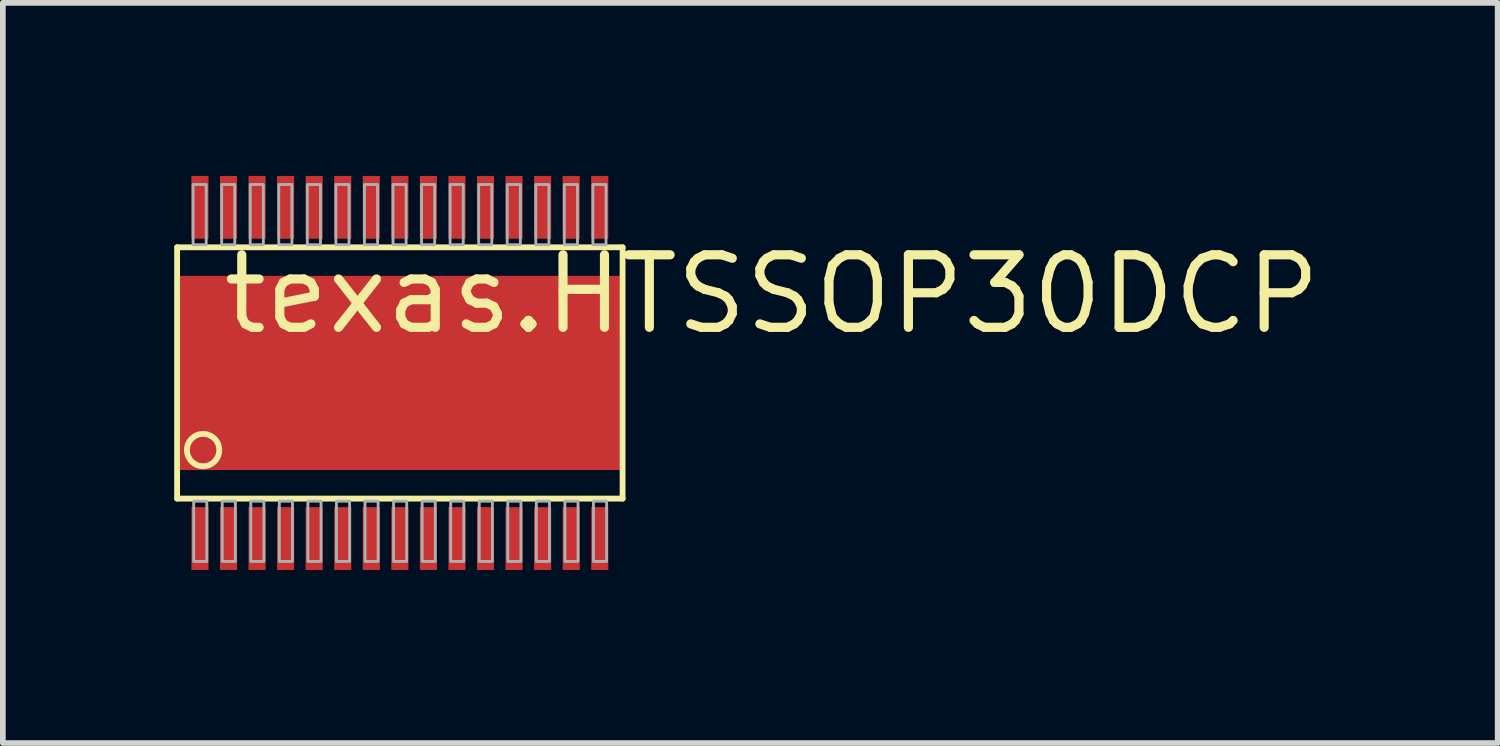
<source format=kicad_pcb>
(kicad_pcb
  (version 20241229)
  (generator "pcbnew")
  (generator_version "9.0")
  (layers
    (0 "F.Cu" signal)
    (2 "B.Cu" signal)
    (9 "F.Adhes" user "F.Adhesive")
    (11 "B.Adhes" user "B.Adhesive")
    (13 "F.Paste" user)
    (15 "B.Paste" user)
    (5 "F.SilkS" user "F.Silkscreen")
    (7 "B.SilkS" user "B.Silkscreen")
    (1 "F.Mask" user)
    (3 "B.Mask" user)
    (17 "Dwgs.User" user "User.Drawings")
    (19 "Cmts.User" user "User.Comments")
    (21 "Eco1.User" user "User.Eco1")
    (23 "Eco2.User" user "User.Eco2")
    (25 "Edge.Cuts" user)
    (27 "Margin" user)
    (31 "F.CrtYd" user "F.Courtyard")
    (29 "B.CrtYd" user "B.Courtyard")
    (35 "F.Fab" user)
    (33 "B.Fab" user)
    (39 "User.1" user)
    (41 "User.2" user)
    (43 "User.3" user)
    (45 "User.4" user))
  (footprint "texas.HTSSOP30DCP"
    (layer "F.Cu")
    (at 3.951 3.48)
    (property "Reference" "texas.HTSSOP30DCP" (at -3.175 -0.635 0) (layer "F.SilkS") (effects (font (size 1.27 1.27) (thickness 0.16)) (justify left bottom)))
    (attr smd)
    (fp_rect (start -3.895 1.7) (end 3.895 -1.7) (stroke (width 0.05) (type default)) (fill yes) (layer "F.Mask"))
    (fp_rect (start -3.655 -2.345) (end -3.345 -3.455) (stroke (width 0.05) (type default)) (fill yes) (layer "F.Mask"))
    (fp_rect (start -3.655 3.455) (end -3.345 2.345) (stroke (width 0.05) (type default)) (fill yes) (layer "F.Mask"))
    (fp_rect (start -3.155 -2.345) (end -2.845 -3.455) (stroke (width 0.05) (type default)) (fill yes) (layer "F.Mask"))
    (fp_rect (start -3.155 3.455) (end -2.845 2.345) (stroke (width 0.05) (type default)) (fill yes) (layer "F.Mask"))
    (fp_rect (start -2.655 -2.345) (end -2.345 -3.455) (stroke (width 0.05) (type default)) (fill yes) (layer "F.Mask"))
    (fp_rect (start -2.655 3.455) (end -2.345 2.345) (stroke (width 0.05) (type default)) (fill yes) (layer "F.Mask"))
    (fp_rect (start -2.155 -2.345) (end -1.845 -3.455) (stroke (width 0.05) (type default)) (fill yes) (layer "F.Mask"))
    (fp_rect (start -2.155 3.455) (end -1.845 2.345) (stroke (width 0.05) (type default)) (fill yes) (layer "F.Mask"))
    (fp_rect (start -1.655 -2.345) (end -1.345 -3.455) (stroke (width 0.05) (type default)) (fill yes) (layer "F.Mask"))
    (fp_rect (start -1.655 3.455) (end -1.345 2.345) (stroke (width 0.05) (type default)) (fill yes) (layer "F.Mask"))
    (fp_rect (start -1.155 -2.345) (end -0.845 -3.455) (stroke (width 0.05) (type default)) (fill yes) (layer "F.Mask"))
    (fp_rect (start -1.155 3.455) (end -0.845 2.345) (stroke (width 0.05) (type default)) (fill yes) (layer "F.Mask"))
    (fp_rect (start -0.655 -2.345) (end -0.345 -3.455) (stroke (width 0.05) (type default)) (fill yes) (layer "F.Mask"))
    (fp_rect (start -0.655 3.455) (end -0.345 2.345) (stroke (width 0.05) (type default)) (fill yes) (layer "F.Mask"))
    (fp_rect (start -0.155 -2.345) (end 0.155 -3.455) (stroke (width 0.05) (type default)) (fill yes) (layer "F.Mask"))
    (fp_rect (start -0.155 3.455) (end 0.155 2.345) (stroke (width 0.05) (type default)) (fill yes) (layer "F.Mask"))
    (fp_rect (start 0.345 -2.345) (end 0.655 -3.455) (stroke (width 0.05) (type default)) (fill yes) (layer "F.Mask"))
    (fp_rect (start 0.345 3.455) (end 0.655 2.345) (stroke (width 0.05) (type default)) (fill yes) (layer "F.Mask"))
    (fp_rect (start 0.845 -2.345) (end 1.155 -3.455) (stroke (width 0.05) (type default)) (fill yes) (layer "F.Mask"))
    (fp_rect (start 0.845 3.455) (end 1.155 2.345) (stroke (width 0.05) (type default)) (fill yes) (layer "F.Mask"))
    (fp_rect (start 1.345 -2.345) (end 1.655 -3.455) (stroke (width 0.05) (type default)) (fill yes) (layer "F.Mask"))
    (fp_rect (start 1.345 3.455) (end 1.655 2.345) (stroke (width 0.05) (type default)) (fill yes) (layer "F.Mask"))
    (fp_rect (start 1.845 -2.345) (end 2.155 -3.455) (stroke (width 0.05) (type default)) (fill yes) (layer "F.Mask"))
    (fp_rect (start 1.845 3.455) (end 2.155 2.345) (stroke (width 0.05) (type default)) (fill yes) (layer "F.Mask"))
    (fp_rect (start 2.345 -2.345) (end 2.655 -3.455) (stroke (width 0.05) (type default)) (fill yes) (layer "F.Mask"))
    (fp_rect (start 2.345 3.455) (end 2.655 2.345) (stroke (width 0.05) (type default)) (fill yes) (layer "F.Mask"))
    (fp_rect (start 2.845 -2.345) (end 3.155 -3.455) (stroke (width 0.05) (type default)) (fill yes) (layer "F.Mask"))
    (fp_rect (start 2.845 3.455) (end 3.155 2.345) (stroke (width 0.05) (type default)) (fill yes) (layer "F.Mask"))
    (fp_rect (start 3.345 -2.345) (end 3.655 -3.455) (stroke (width 0.05) (type default)) (fill yes) (layer "F.Mask"))
    (fp_rect (start 3.345 3.455) (end 3.655 2.345) (stroke (width 0.05) (type default)) (fill yes) (layer "F.Mask"))
    (fp_line (start -3.9 -2.2) (end 3.9 -2.2) (stroke (width 0.102) (type default)) (layer "F.SilkS"))
    (fp_line (start -3.9 2.2) (end -3.9 -2.2) (stroke (width 0.102) (type default)) (layer "F.SilkS"))
    (fp_line (start 3.9 -2.2) (end 3.9 2.2) (stroke (width 0.102) (type default)) (layer "F.SilkS"))
    (fp_line (start 3.9 2.2) (end -3.9 2.2) (stroke (width 0.102) (type default)) (layer "F.SilkS"))
    (fp_circle (center -3.445 1.35) (end -3.162 1.35) (stroke (width 0.102) (type default)) (fill no) (layer "F.SilkS"))
    (fp_rect (start -3.64 -2.365) (end -3.36 -3.435) (stroke (width 0.05) (type default)) (fill yes) (layer "F.Paste"))
    (fp_rect (start -3.64 3.435) (end -3.36 2.365) (stroke (width 0.05) (type default)) (fill yes) (layer "F.Paste"))
    (fp_rect (start -3.14 -2.365) (end -2.86 -3.435) (stroke (width 0.05) (type default)) (fill yes) (layer "F.Paste"))
    (fp_rect (start -3.14 3.435) (end -2.86 2.365) (stroke (width 0.05) (type default)) (fill yes) (layer "F.Paste"))
    (fp_rect (start -2.64 -2.365) (end -2.36 -3.435) (stroke (width 0.05) (type default)) (fill yes) (layer "F.Paste"))
    (fp_rect (start -2.64 3.435) (end -2.36 2.365) (stroke (width 0.05) (type default)) (fill yes) (layer "F.Paste"))
    (fp_rect (start -2.14 -2.365) (end -1.86 -3.435) (stroke (width 0.05) (type default)) (fill yes) (layer "F.Paste"))
    (fp_rect (start -2.14 3.435) (end -1.86 2.365) (stroke (width 0.05) (type default)) (fill yes) (layer "F.Paste"))
    (fp_rect (start -1.64 -2.365) (end -1.36 -3.435) (stroke (width 0.05) (type default)) (fill yes) (layer "F.Paste"))
    (fp_rect (start -1.64 3.435) (end -1.36 2.365) (stroke (width 0.05) (type default)) (fill yes) (layer "F.Paste"))
    (fp_rect (start -1.14 -2.365) (end -0.86 -3.435) (stroke (width 0.05) (type default)) (fill yes) (layer "F.Paste"))
    (fp_rect (start -1.14 3.435) (end -0.86 2.365) (stroke (width 0.05) (type default)) (fill yes) (layer "F.Paste"))
    (fp_rect (start -0.64 -2.365) (end -0.36 -3.435) (stroke (width 0.05) (type default)) (fill yes) (layer "F.Paste"))
    (fp_rect (start -0.64 3.435) (end -0.36 2.365) (stroke (width 0.05) (type default)) (fill yes) (layer "F.Paste"))
    (fp_rect (start -0.14 -2.365) (end 0.14 -3.435) (stroke (width 0.05) (type default)) (fill yes) (layer "F.Paste"))
    (fp_rect (start -0.14 3.435) (end 0.14 2.365) (stroke (width 0.05) (type default)) (fill yes) (layer "F.Paste"))
    (fp_rect (start 0.36 -2.365) (end 0.64 -3.435) (stroke (width 0.05) (type default)) (fill yes) (layer "F.Paste"))
    (fp_rect (start 0.36 3.435) (end 0.64 2.365) (stroke (width 0.05) (type default)) (fill yes) (layer "F.Paste"))
    (fp_rect (start 0.86 -2.365) (end 1.14 -3.435) (stroke (width 0.05) (type default)) (fill yes) (layer "F.Paste"))
    (fp_rect (start 0.86 3.435) (end 1.14 2.365) (stroke (width 0.05) (type default)) (fill yes) (layer "F.Paste"))
    (fp_rect (start 1.36 -2.365) (end 1.64 -3.435) (stroke (width 0.05) (type default)) (fill yes) (layer "F.Paste"))
    (fp_rect (start 1.36 3.435) (end 1.64 2.365) (stroke (width 0.05) (type default)) (fill yes) (layer "F.Paste"))
    (fp_rect (start 1.86 -2.365) (end 2.14 -3.435) (stroke (width 0.05) (type default)) (fill yes) (layer "F.Paste"))
    (fp_rect (start 1.86 3.435) (end 2.14 2.365) (stroke (width 0.05) (type default)) (fill yes) (layer "F.Paste"))
    (fp_rect (start 2.36 -2.365) (end 2.64 -3.435) (stroke (width 0.05) (type default)) (fill yes) (layer "F.Paste"))
    (fp_rect (start 2.36 3.435) (end 2.64 2.365) (stroke (width 0.05) (type default)) (fill yes) (layer "F.Paste"))
    (fp_rect (start 2.86 -2.365) (end 3.14 -3.435) (stroke (width 0.05) (type default)) (fill yes) (layer "F.Paste"))
    (fp_rect (start 2.86 3.435) (end 3.14 2.365) (stroke (width 0.05) (type default)) (fill yes) (layer "F.Paste"))
    (fp_rect (start 3.36 -2.365) (end 3.64 -3.435) (stroke (width 0.05) (type default)) (fill yes) (layer "F.Paste"))
    (fp_rect (start 3.36 3.435) (end 3.64 2.365) (stroke (width 0.05) (type default)) (fill yes) (layer "F.Paste"))
    (fp_rect (start -3.62 -2.245) (end -3.39 -3.3) (stroke (width 0.05) (type default)) (fill no) (layer "F.Fab"))
    (fp_rect (start -3.61 3.3) (end -3.38 2.245) (stroke (width 0.05) (type default)) (fill no) (layer "F.Fab"))
    (fp_rect (start -3.12 -2.245) (end -2.89 -3.3) (stroke (width 0.05) (type default)) (fill no) (layer "F.Fab"))
    (fp_rect (start -3.11 3.3) (end -2.88 2.245) (stroke (width 0.05) (type default)) (fill no) (layer "F.Fab"))
    (fp_rect (start -2.62 -2.245) (end -2.39 -3.3) (stroke (width 0.05) (type default)) (fill no) (layer "F.Fab"))
    (fp_rect (start -2.61 3.3) (end -2.38 2.245) (stroke (width 0.05) (type default)) (fill no) (layer "F.Fab"))
    (fp_rect (start -2.12 -2.245) (end -1.89 -3.3) (stroke (width 0.05) (type default)) (fill no) (layer "F.Fab"))
    (fp_rect (start -2.11 3.3) (end -1.88 2.245) (stroke (width 0.05) (type default)) (fill no) (layer "F.Fab"))
    (fp_rect (start -1.62 -2.245) (end -1.39 -3.3) (stroke (width 0.05) (type default)) (fill no) (layer "F.Fab"))
    (fp_rect (start -1.61 3.3) (end -1.38 2.245) (stroke (width 0.05) (type default)) (fill no) (layer "F.Fab"))
    (fp_rect (start -1.12 -2.245) (end -0.89 -3.3) (stroke (width 0.05) (type default)) (fill no) (layer "F.Fab"))
    (fp_rect (start -1.11 3.3) (end -0.88 2.245) (stroke (width 0.05) (type default)) (fill no) (layer "F.Fab"))
    (fp_rect (start -0.62 -2.245) (end -0.39 -3.3) (stroke (width 0.05) (type default)) (fill no) (layer "F.Fab"))
    (fp_rect (start -0.61 3.3) (end -0.38 2.245) (stroke (width 0.05) (type default)) (fill no) (layer "F.Fab"))
    (fp_rect (start -0.12 -2.245) (end 0.11 -3.3) (stroke (width 0.05) (type default)) (fill no) (layer "F.Fab"))
    (fp_rect (start -0.11 3.3) (end 0.12 2.245) (stroke (width 0.05) (type default)) (fill no) (layer "F.Fab"))
    (fp_rect (start 0.38 -2.245) (end 0.61 -3.3) (stroke (width 0.05) (type default)) (fill no) (layer "F.Fab"))
    (fp_rect (start 0.39 3.3) (end 0.62 2.245) (stroke (width 0.05) (type default)) (fill no) (layer "F.Fab"))
    (fp_rect (start 0.88 -2.245) (end 1.11 -3.3) (stroke (width 0.05) (type default)) (fill no) (layer "F.Fab"))
    (fp_rect (start 0.89 3.3) (end 1.12 2.245) (stroke (width 0.05) (type default)) (fill no) (layer "F.Fab"))
    (fp_rect (start 1.38 -2.245) (end 1.61 -3.3) (stroke (width 0.05) (type default)) (fill no) (layer "F.Fab"))
    (fp_rect (start 1.39 3.3) (end 1.62 2.245) (stroke (width 0.05) (type default)) (fill no) (layer "F.Fab"))
    (fp_rect (start 1.88 -2.245) (end 2.11 -3.3) (stroke (width 0.05) (type default)) (fill no) (layer "F.Fab"))
    (fp_rect (start 1.89 3.3) (end 2.12 2.245) (stroke (width 0.05) (type default)) (fill no) (layer "F.Fab"))
    (fp_rect (start 2.38 -2.245) (end 2.61 -3.3) (stroke (width 0.05) (type default)) (fill no) (layer "F.Fab"))
    (fp_rect (start 2.39 3.3) (end 2.62 2.245) (stroke (width 0.05) (type default)) (fill no) (layer "F.Fab"))
    (fp_rect (start 2.88 -2.245) (end 3.11 -3.3) (stroke (width 0.05) (type default)) (fill no) (layer "F.Fab"))
    (fp_rect (start 2.89 3.3) (end 3.12 2.245) (stroke (width 0.05) (type default)) (fill no) (layer "F.Fab"))
    (fp_rect (start 3.38 -2.245) (end 3.61 -3.3) (stroke (width 0.05) (type default)) (fill no) (layer "F.Fab"))
    (fp_rect (start 3.39 3.3) (end 3.62 2.245) (stroke (width 0.05) (type default)) (fill no) (layer "F.Fab"))
    (pad "1" smd roundrect (at -3.5 2.9) (size 0.3 1.1) (layers "F.Cu" "F.Mask" "F.Paste") (roundrect_rratio 0.01))
    (pad "2" smd roundrect (at -3 2.9) (size 0.3 1.1) (layers "F.Cu" "F.Mask" "F.Paste") (roundrect_rratio 0.01))
    (pad "3" smd roundrect (at -2.5 2.9) (size 0.3 1.1) (layers "F.Cu" "F.Mask" "F.Paste") (roundrect_rratio 0.01))
    (pad "4" smd roundrect (at -2 2.9) (size 0.3 1.1) (layers "F.Cu" "F.Mask" "F.Paste") (roundrect_rratio 0.01))
    (pad "5" smd roundrect (at -1.5 2.9) (size 0.3 1.1) (layers "F.Cu" "F.Mask" "F.Paste") (roundrect_rratio 0.01))
    (pad "6" smd roundrect (at -1 2.9) (size 0.3 1.1) (layers "F.Cu" "F.Mask" "F.Paste") (roundrect_rratio 0.01))
    (pad "7" smd roundrect (at -0.5 2.9) (size 0.3 1.1) (layers "F.Cu" "F.Mask" "F.Paste") (roundrect_rratio 0.01))
    (pad "8" smd roundrect (at 0 2.9) (size 0.3 1.1) (layers "F.Cu" "F.Mask" "F.Paste") (roundrect_rratio 0.01))
    (pad "9" smd roundrect (at 0.5 2.9) (size 0.3 1.1) (layers "F.Cu" "F.Mask" "F.Paste") (roundrect_rratio 0.01))
    (pad "10" smd roundrect (at 1 2.9) (size 0.3 1.1) (layers "F.Cu" "F.Mask" "F.Paste") (roundrect_rratio 0.01))
    (pad "11" smd roundrect (at 1.5 2.9) (size 0.3 1.1) (layers "F.Cu" "F.Mask" "F.Paste") (roundrect_rratio 0.01))
    (pad "12" smd roundrect (at 2 2.9) (size 0.3 1.1) (layers "F.Cu" "F.Mask" "F.Paste") (roundrect_rratio 0.01))
    (pad "13" smd roundrect (at 2.5 2.9) (size 0.3 1.1) (layers "F.Cu" "F.Mask" "F.Paste") (roundrect_rratio 0.01))
    (pad "14" smd roundrect (at 3 2.9) (size 0.3 1.1) (layers "F.Cu" "F.Mask" "F.Paste") (roundrect_rratio 0.01))
    (pad "15" smd roundrect (at 3.5 2.9) (size 0.3 1.1) (layers "F.Cu" "F.Mask" "F.Paste") (roundrect_rratio 0.01))
    (pad "16" smd roundrect (at 3.5 -2.9 180) (size 0.3 1.1) (layers "F.Cu" "F.Mask" "F.Paste") (roundrect_rratio 0.01))
    (pad "17" smd roundrect (at 3 -2.9 180) (size 0.3 1.1) (layers "F.Cu" "F.Mask" "F.Paste") (roundrect_rratio 0.01))
    (pad "18" smd roundrect (at 2.5 -2.9 180) (size 0.3 1.1) (layers "F.Cu" "F.Mask" "F.Paste") (roundrect_rratio 0.01))
    (pad "19" smd roundrect (at 2 -2.9 180) (size 0.3 1.1) (layers "F.Cu" "F.Mask" "F.Paste") (roundrect_rratio 0.01))
    (pad "20" smd roundrect (at 1.5 -2.9 180) (size 0.3 1.1) (layers "F.Cu" "F.Mask" "F.Paste") (roundrect_rratio 0.01))
    (pad "21" smd roundrect (at 1 -2.9 180) (size 0.3 1.1) (layers "F.Cu" "F.Mask" "F.Paste") (roundrect_rratio 0.01))
    (pad "22" smd roundrect (at 0.5 -2.9 180) (size 0.3 1.1) (layers "F.Cu" "F.Mask" "F.Paste") (roundrect_rratio 0.01))
    (pad "23" smd roundrect (at 0 -2.9 180) (size 0.3 1.1) (layers "F.Cu" "F.Mask" "F.Paste") (roundrect_rratio 0.01))
    (pad "24" smd roundrect (at -0.5 -2.9 180) (size 0.3 1.1) (layers "F.Cu" "F.Mask" "F.Paste") (roundrect_rratio 0.01))
    (pad "25" smd roundrect (at -1 -2.9 180) (size 0.3 1.1) (layers "F.Cu" "F.Mask" "F.Paste") (roundrect_rratio 0.01))
    (pad "26" smd roundrect (at -1.5 -2.9 180) (size 0.3 1.1) (layers "F.Cu" "F.Mask" "F.Paste") (roundrect_rratio 0.01))
    (pad "27" smd roundrect (at -2 -2.9 180) (size 0.3 1.1) (layers "F.Cu" "F.Mask" "F.Paste") (roundrect_rratio 0.01))
    (pad "28" smd roundrect (at -2.5 -2.9 180) (size 0.3 1.1) (layers "F.Cu" "F.Mask" "F.Paste") (roundrect_rratio 0.01))
    (pad "29" smd roundrect (at -3 -2.9 180) (size 0.3 1.1) (layers "F.Cu" "F.Mask" "F.Paste") (roundrect_rratio 0.01))
    (pad "30" smd roundrect (at -3.5 -2.9 180) (size 0.3 1.1) (layers "F.Cu" "F.Mask" "F.Paste") (roundrect_rratio 0.01))
    (pad "EXP" smd roundrect (at 0 0) (size 7.8 3.4) (layers "F.Cu" "F.Mask" "F.Paste") (roundrect_rratio 0.01)))
  (gr_rect
    (start -3 -3)
    (end 23.173 9.96)
    (stroke (width 0.1) (type default))
    (fill no)
    (layer "Edge.Cuts")))
</source>
